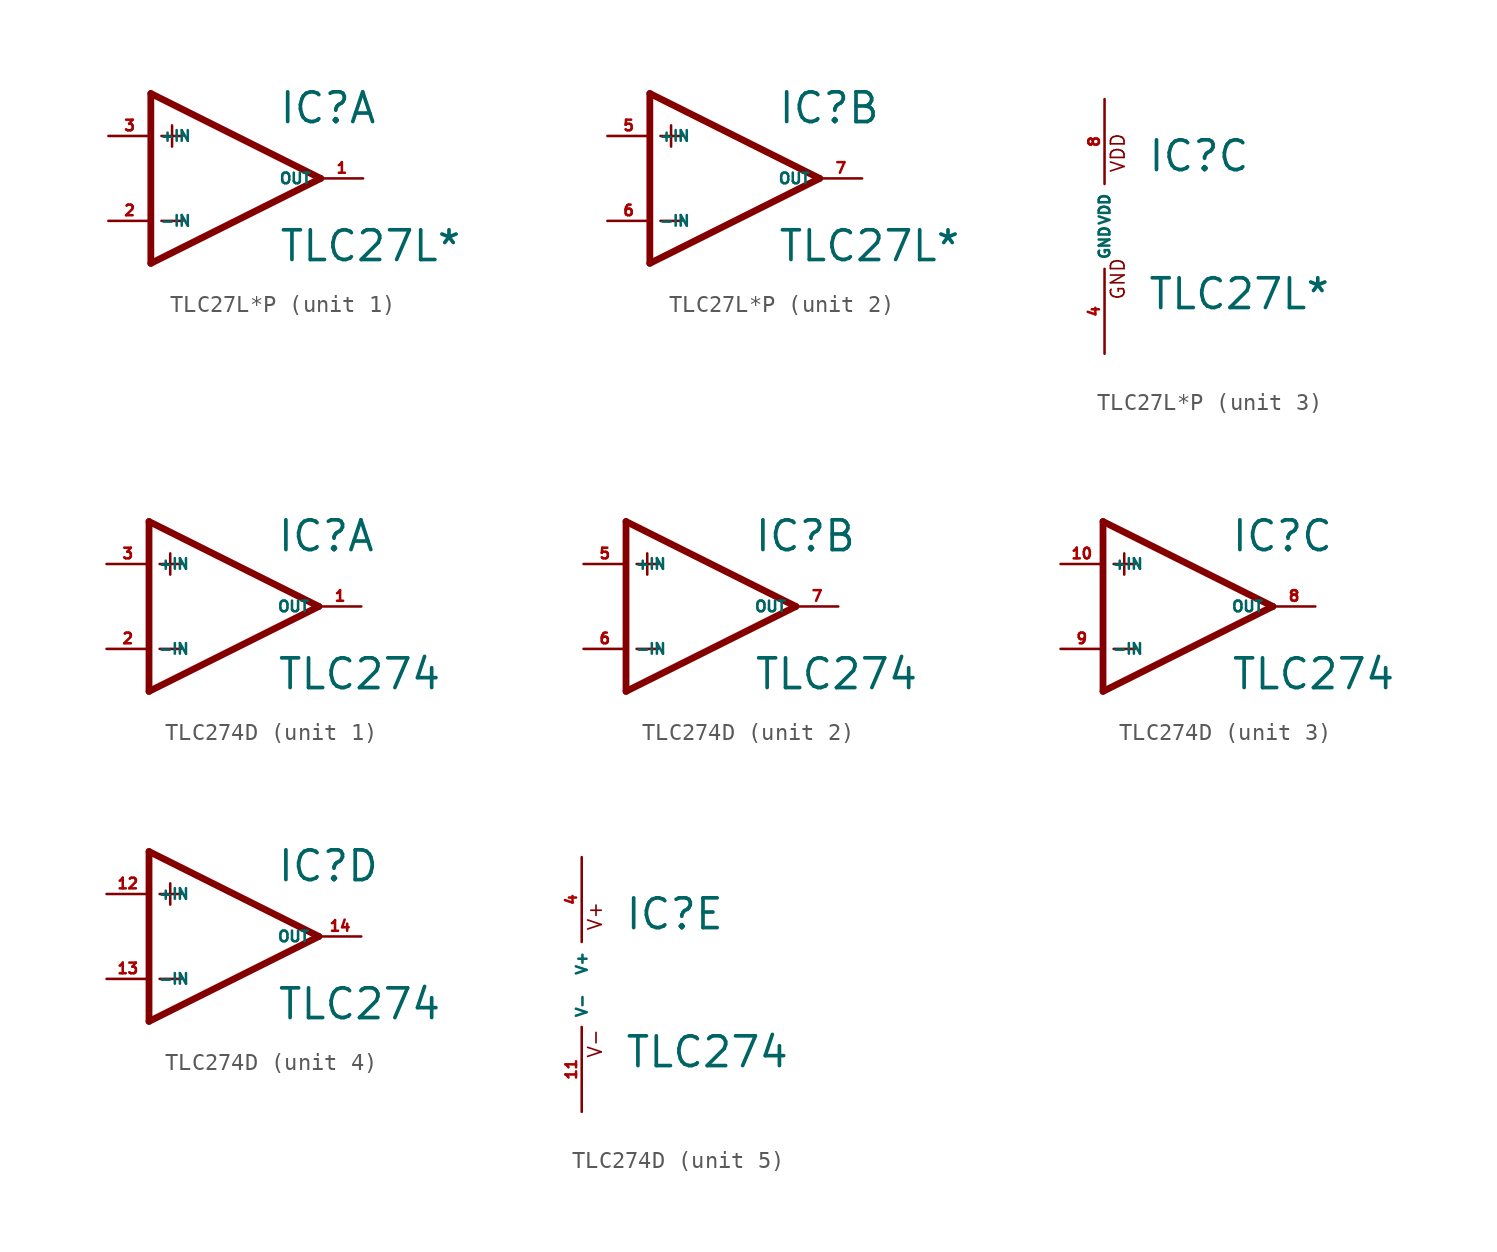
<source format=kicad_sym>
(kicad_symbol_lib
  (version 20220914)
  (generator Eagle2Kicad)
  (symbol "TLC27L*P"
    (property "Reference" "IC"
      (at 2.54 3.175 0)
      (effects (font (size 1.778 1.778) (thickness 0.22)) (justify left bottom)))
    (property "Value" "TLC27L*"
      (at 2.54 -5.08 0)
      (effects (font (size 1.778 1.778) (thickness 0.22)) (justify left bottom)))
    (symbol "TLC27L*P_1_0"
      (polyline (pts (xy -5.08 5.08) (xy -5.08 -5.08)) (stroke (width 0.406) (type default)) (fill (type none)))
      (polyline (pts (xy -5.08 -5.08) (xy 5.08 0)) (stroke (width 0.406) (type default)) (fill (type none)))
      (polyline (pts (xy 5.08 0) (xy -5.08 5.08)) (stroke (width 0.406) (type default)) (fill (type none)))
      (polyline (pts (xy -3.81 3.175) (xy -3.81 1.905)) (stroke (width 0.152) (type default)) (fill (type none)))
      (polyline (pts (xy -4.445 2.54) (xy -3.175 2.54)) (stroke (width 0.152) (type default)) (fill (type none)))
      (polyline (pts (xy -4.445 -2.54) (xy -3.175 -2.54)) (stroke (width 0.152) (type default)) (fill (type none)))
      (pin input line (at -7.62 -2.54 0) (length 2.54) (name "-IN" (effects (font (size 0.635 0.635) (thickness 0.08)) (justify left bottom))) (number "2" (effects (font (size 0.635 0.635) (thickness 0.08)) (justify left bottom))))
      (pin input line (at -7.62 2.54 0) (length 2.54) (name "+IN" (effects (font (size 0.635 0.635) (thickness 0.08)) (justify left bottom))) (number "3" (effects (font (size 0.635 0.635) (thickness 0.08)) (justify left bottom))))
      (pin output line (at 7.62 0 180) (length 2.54) (name "OUT" (effects (font (size 0.635 0.635) (thickness 0.08)) (justify left bottom))) (number "1" (effects (font (size 0.635 0.635) (thickness 0.08)) (justify left bottom)))))
    (symbol "TLC27L*P_2_0"
      (polyline (pts (xy -5.08 5.08) (xy -5.08 -5.08)) (stroke (width 0.406) (type default)) (fill (type none)))
      (polyline (pts (xy -5.08 -5.08) (xy 5.08 0)) (stroke (width 0.406) (type default)) (fill (type none)))
      (polyline (pts (xy 5.08 0) (xy -5.08 5.08)) (stroke (width 0.406) (type default)) (fill (type none)))
      (polyline (pts (xy -3.81 3.175) (xy -3.81 1.905)) (stroke (width 0.152) (type default)) (fill (type none)))
      (polyline (pts (xy -4.445 2.54) (xy -3.175 2.54)) (stroke (width 0.152) (type default)) (fill (type none)))
      (polyline (pts (xy -4.445 -2.54) (xy -3.175 -2.54)) (stroke (width 0.152) (type default)) (fill (type none)))
      (pin input line (at -7.62 -2.54 0) (length 2.54) (name "-IN" (effects (font (size 0.635 0.635) (thickness 0.08)) (justify left bottom))) (number "6" (effects (font (size 0.635 0.635) (thickness 0.08)) (justify left bottom))))
      (pin input line (at -7.62 2.54 0) (length 2.54) (name "+IN" (effects (font (size 0.635 0.635) (thickness 0.08)) (justify left bottom))) (number "5" (effects (font (size 0.635 0.635) (thickness 0.08)) (justify left bottom))))
      (pin output line (at 7.62 0 180) (length 2.54) (name "OUT" (effects (font (size 0.635 0.635) (thickness 0.08)) (justify left bottom))) (number "7" (effects (font (size 0.635 0.635) (thickness 0.08)) (justify left bottom)))))
    (symbol "TLC27L*P_3_0"
      (text "VDD" (at 1.27 3.175 900) (effects (font (size 0.813 0.813) (thickness 0.10)) (justify left bottom)))
      (text "GND" (at 1.27 -4.445 900) (effects (font (size 0.813 0.813) (thickness 0.10)) (justify left bottom)))
      (pin unspecified line (at 0 7.62 270) (length 5.08) (name "VDD" (effects (font (size 0.635 0.635) (thickness 0.08)) (justify left bottom))) (number "8" (effects (font (size 0.635 0.635) (thickness 0.08)) (justify left bottom))))
      (pin unspecified line (at 0 -7.62 90) (length 5.08) (name "GND" (effects (font (size 0.635 0.635) (thickness 0.08)) (justify left bottom))) (number "4" (effects (font (size 0.635 0.635) (thickness 0.08)) (justify left bottom))))))
  (symbol "TLC274D"
    (property "Reference" "IC"
      (at 2.54 3.175 0)
      (effects (font (size 1.778 1.778) (thickness 0.22)) (justify left bottom)))
    (property "Value" "TLC274"
      (at 2.54 -5.08 0)
      (effects (font (size 1.778 1.778) (thickness 0.22)) (justify left bottom)))
    (symbol "TLC274D_1_0"
      (polyline (pts (xy -5.08 5.08) (xy -5.08 -5.08)) (stroke (width 0.406) (type default)) (fill (type none)))
      (polyline (pts (xy -5.08 -5.08) (xy 5.08 0)) (stroke (width 0.406) (type default)) (fill (type none)))
      (polyline (pts (xy 5.08 0) (xy -5.08 5.08)) (stroke (width 0.406) (type default)) (fill (type none)))
      (polyline (pts (xy -3.81 3.175) (xy -3.81 1.905)) (stroke (width 0.152) (type default)) (fill (type none)))
      (polyline (pts (xy -4.445 2.54) (xy -3.175 2.54)) (stroke (width 0.152) (type default)) (fill (type none)))
      (polyline (pts (xy -4.445 -2.54) (xy -3.175 -2.54)) (stroke (width 0.152) (type default)) (fill (type none)))
      (pin input line (at -7.62 -2.54 0) (length 2.54) (name "-IN" (effects (font (size 0.635 0.635) (thickness 0.08)) (justify left bottom))) (number "2" (effects (font (size 0.635 0.635) (thickness 0.08)) (justify left bottom))))
      (pin input line (at -7.62 2.54 0) (length 2.54) (name "+IN" (effects (font (size 0.635 0.635) (thickness 0.08)) (justify left bottom))) (number "3" (effects (font (size 0.635 0.635) (thickness 0.08)) (justify left bottom))))
      (pin output line (at 7.62 0 180) (length 2.54) (name "OUT" (effects (font (size 0.635 0.635) (thickness 0.08)) (justify left bottom))) (number "1" (effects (font (size 0.635 0.635) (thickness 0.08)) (justify left bottom)))))
    (symbol "TLC274D_2_0"
      (polyline (pts (xy -5.08 5.08) (xy -5.08 -5.08)) (stroke (width 0.406) (type default)) (fill (type none)))
      (polyline (pts (xy -5.08 -5.08) (xy 5.08 0)) (stroke (width 0.406) (type default)) (fill (type none)))
      (polyline (pts (xy 5.08 0) (xy -5.08 5.08)) (stroke (width 0.406) (type default)) (fill (type none)))
      (polyline (pts (xy -3.81 3.175) (xy -3.81 1.905)) (stroke (width 0.152) (type default)) (fill (type none)))
      (polyline (pts (xy -4.445 2.54) (xy -3.175 2.54)) (stroke (width 0.152) (type default)) (fill (type none)))
      (polyline (pts (xy -4.445 -2.54) (xy -3.175 -2.54)) (stroke (width 0.152) (type default)) (fill (type none)))
      (pin input line (at -7.62 -2.54 0) (length 2.54) (name "-IN" (effects (font (size 0.635 0.635) (thickness 0.08)) (justify left bottom))) (number "6" (effects (font (size 0.635 0.635) (thickness 0.08)) (justify left bottom))))
      (pin input line (at -7.62 2.54 0) (length 2.54) (name "+IN" (effects (font (size 0.635 0.635) (thickness 0.08)) (justify left bottom))) (number "5" (effects (font (size 0.635 0.635) (thickness 0.08)) (justify left bottom))))
      (pin output line (at 7.62 0 180) (length 2.54) (name "OUT" (effects (font (size 0.635 0.635) (thickness 0.08)) (justify left bottom))) (number "7" (effects (font (size 0.635 0.635) (thickness 0.08)) (justify left bottom)))))
    (symbol "TLC274D_3_0"
      (polyline (pts (xy -5.08 5.08) (xy -5.08 -5.08)) (stroke (width 0.406) (type default)) (fill (type none)))
      (polyline (pts (xy -5.08 -5.08) (xy 5.08 0)) (stroke (width 0.406) (type default)) (fill (type none)))
      (polyline (pts (xy 5.08 0) (xy -5.08 5.08)) (stroke (width 0.406) (type default)) (fill (type none)))
      (polyline (pts (xy -3.81 3.175) (xy -3.81 1.905)) (stroke (width 0.152) (type default)) (fill (type none)))
      (polyline (pts (xy -4.445 2.54) (xy -3.175 2.54)) (stroke (width 0.152) (type default)) (fill (type none)))
      (polyline (pts (xy -4.445 -2.54) (xy -3.175 -2.54)) (stroke (width 0.152) (type default)) (fill (type none)))
      (pin input line (at -7.62 -2.54 0) (length 2.54) (name "-IN" (effects (font (size 0.635 0.635) (thickness 0.08)) (justify left bottom))) (number "9" (effects (font (size 0.635 0.635) (thickness 0.08)) (justify left bottom))))
      (pin input line (at -7.62 2.54 0) (length 2.54) (name "+IN" (effects (font (size 0.635 0.635) (thickness 0.08)) (justify left bottom))) (number "10" (effects (font (size 0.635 0.635) (thickness 0.08)) (justify left bottom))))
      (pin output line (at 7.62 0 180) (length 2.54) (name "OUT" (effects (font (size 0.635 0.635) (thickness 0.08)) (justify left bottom))) (number "8" (effects (font (size 0.635 0.635) (thickness 0.08)) (justify left bottom)))))
    (symbol "TLC274D_4_0"
      (polyline (pts (xy -5.08 5.08) (xy -5.08 -5.08)) (stroke (width 0.406) (type default)) (fill (type none)))
      (polyline (pts (xy -5.08 -5.08) (xy 5.08 0)) (stroke (width 0.406) (type default)) (fill (type none)))
      (polyline (pts (xy 5.08 0) (xy -5.08 5.08)) (stroke (width 0.406) (type default)) (fill (type none)))
      (polyline (pts (xy -3.81 3.175) (xy -3.81 1.905)) (stroke (width 0.152) (type default)) (fill (type none)))
      (polyline (pts (xy -4.445 2.54) (xy -3.175 2.54)) (stroke (width 0.152) (type default)) (fill (type none)))
      (polyline (pts (xy -4.445 -2.54) (xy -3.175 -2.54)) (stroke (width 0.152) (type default)) (fill (type none)))
      (pin input line (at -7.62 -2.54 0) (length 2.54) (name "-IN" (effects (font (size 0.635 0.635) (thickness 0.08)) (justify left bottom))) (number "13" (effects (font (size 0.635 0.635) (thickness 0.08)) (justify left bottom))))
      (pin input line (at -7.62 2.54 0) (length 2.54) (name "+IN" (effects (font (size 0.635 0.635) (thickness 0.08)) (justify left bottom))) (number "12" (effects (font (size 0.635 0.635) (thickness 0.08)) (justify left bottom))))
      (pin output line (at 7.62 0 180) (length 2.54) (name "OUT" (effects (font (size 0.635 0.635) (thickness 0.08)) (justify left bottom))) (number "14" (effects (font (size 0.635 0.635) (thickness 0.08)) (justify left bottom)))))
    (symbol "TLC274D_5_0"
      (text "V+" (at 1.27 3.175 900) (effects (font (size 0.813 0.813) (thickness 0.10)) (justify left bottom)))
      (text "V-" (at 1.27 -4.445 900) (effects (font (size 0.813 0.813) (thickness 0.10)) (justify left bottom)))
      (pin unspecified line (at 0 7.62 270) (length 5.08) (name "V+" (effects (font (size 0.635 0.635) (thickness 0.08)) (justify left bottom))) (number "4" (effects (font (size 0.635 0.635) (thickness 0.08)) (justify left bottom))))
      (pin unspecified line (at 0 -7.62 90) (length 5.08) (name "V-" (effects (font (size 0.635 0.635) (thickness 0.08)) (justify left bottom))) (number "11" (effects (font (size 0.635 0.635) (thickness 0.08)) (justify left bottom)))))))
</source>
